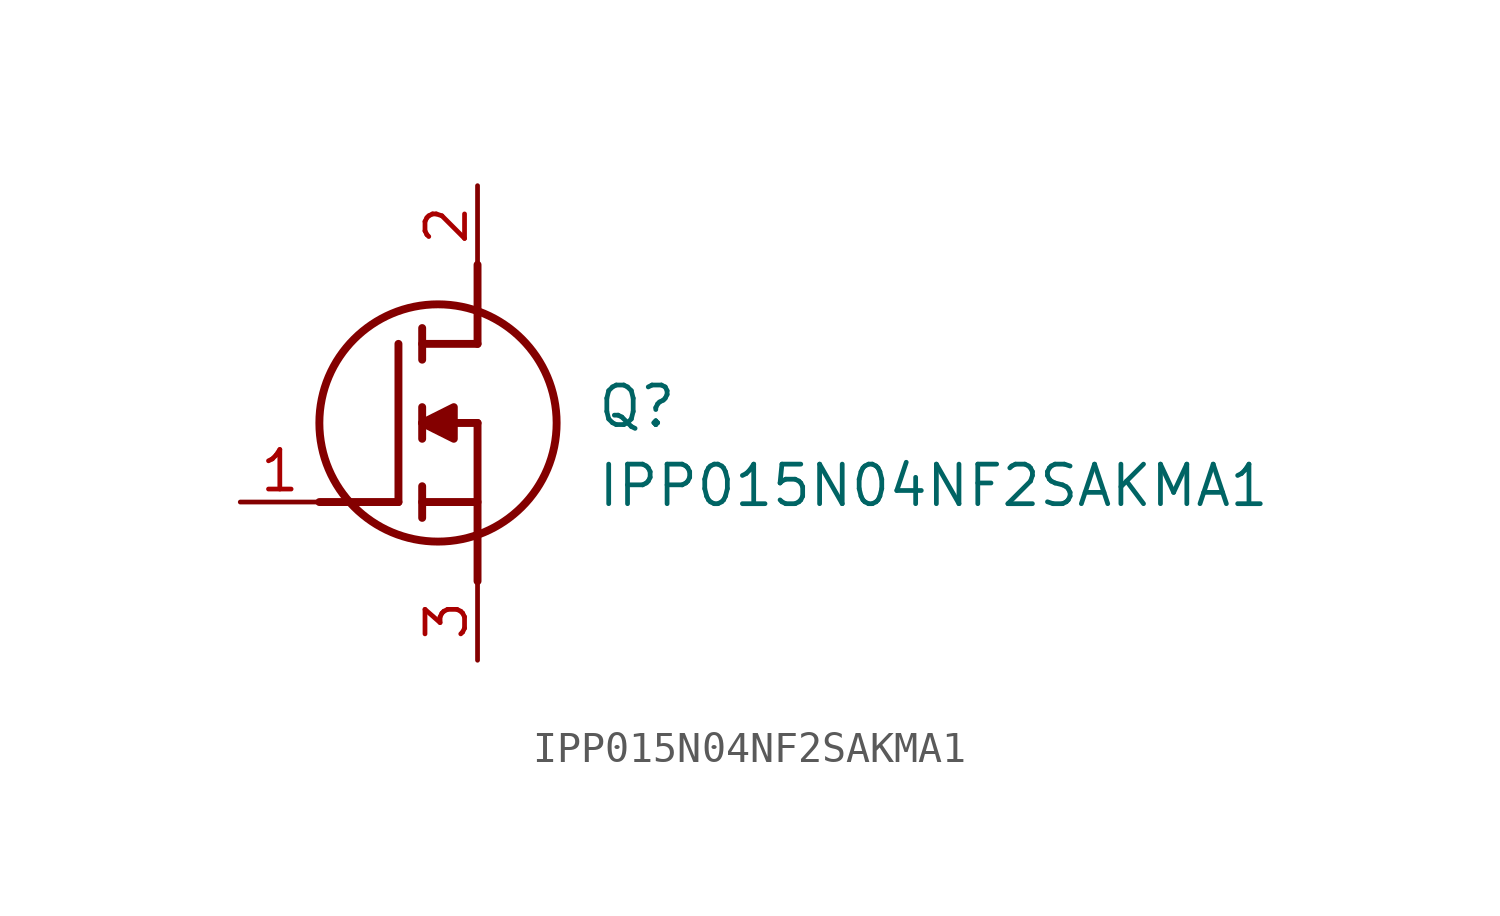
<source format=kicad_sym>
(kicad_symbol_lib
  (version 20211014)
  (generator SamacSys_ECAD_Model)
  (symbol "IPP015N04NF2SAKMA1"
    (pin_names hide)
    (property "Reference" "Q"
      (at 11.43 3.81 0)
      (effects (font (size 1.27 1.27)) (justify left top)))
    (property "Value" "IPP015N04NF2SAKMA1"
      (at 11.43 1.27 0)
      (effects (font (size 1.27 1.27)) (justify left top)))
    (polyline
      (pts (xy 7.62 2.54) (xy 7.62 -2.54))
      (stroke (width 0.254) (type default))
      (fill (type none)))
    (polyline
      (pts (xy 7.62 5.08) (xy 7.62 7.62))
      (stroke (width 0.254) (type default))
      (fill (type none)))
    (polyline
      (pts (xy 2.54 0) (xy 5.08 0))
      (stroke (width 0.254) (type default))
      (fill (type none)))
    (polyline
      (pts (xy 5.08 5.08) (xy 5.08 0))
      (stroke (width 0.254) (type default))
      (fill (type none)))
    (polyline
      (pts (xy 7.62 2.54) (xy 5.842 2.54))
      (stroke (width 0.254) (type default))
      (fill (type none)))
    (polyline
      (pts (xy 7.62 5.08) (xy 5.842 5.08))
      (stroke (width 0.254) (type default))
      (fill (type none)))
    (polyline
      (pts (xy 5.842 0) (xy 7.62 0))
      (stroke (width 0.254) (type default))
      (fill (type none)))
    (polyline
      (pts (xy 5.842 5.588) (xy 5.842 4.572))
      (stroke (width 0.254) (type default))
      (fill (type none)))
    (polyline
      (pts (xy 5.842 -0.508) (xy 5.842 0.508))
      (stroke (width 0.254) (type default))
      (fill (type none)))
    (polyline
      (pts (xy 5.842 2.032) (xy 5.842 3.048))
      (stroke (width 0.254) (type default))
      (fill (type none)))
    (circle
      (center 6.35 2.54)
      (radius 3.81)
      (stroke (width 0.254) (type default))
      (fill (type none)))
    (polyline
      (pts (xy 5.842 2.54) (xy 6.858 3.048) (xy 6.858 2.032) (xy 5.842 2.54))
      (stroke (width 0.254) (type default))
      (fill (type outline)))
    (pin passive line
      (at 0 0 0)
      (length 2.54)
      (name "G" (effects (font (size 1.27 1.27))))
      (number "1" (effects (font (size 1.27 1.27)))))
    (pin passive line
      (at 7.62 10.16 270)
      (length 2.54)
      (name "D" (effects (font (size 1.27 1.27))))
      (number "2" (effects (font (size 1.27 1.27)))))
    (pin passive line
      (at 7.62 -5.08 90)
      (length 2.54)
      (name "S" (effects (font (size 1.27 1.27))))
      (number "3" (effects (font (size 1.27 1.27)))))))
</source>
